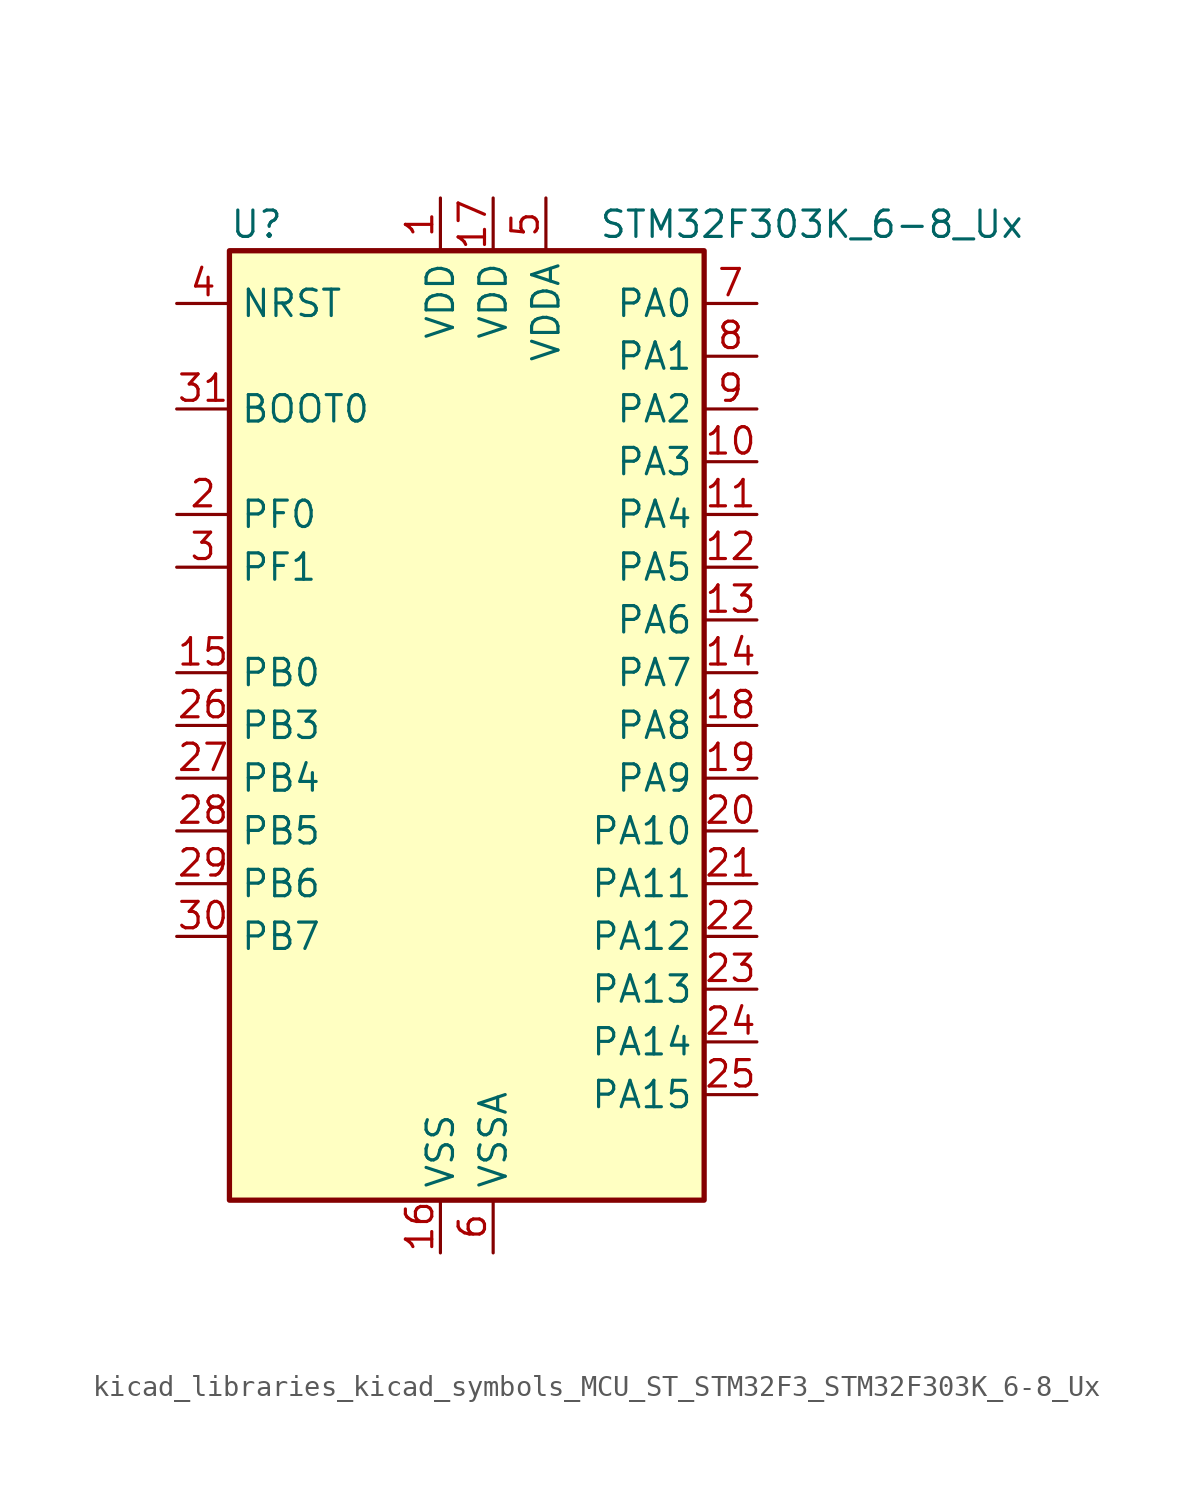
<source format=kicad_sym>
(kicad_symbol_lib
  (version 20220914)
  (generator kicad_symbol_editor)
  (symbol "kicad_libraries_kicad_symbols_MCU_ST_STM32F3_STM32F303K_6-8_Ux"
    (property "Reference" "U"
      (at -10.16 24.13 0)
      (effects (font (size 1.27 1.27)) (justify left)))
    (property "Value" "STM32F303K_6-8_Ux"
      (at 7.62 24.13 0)
      (effects (font (size 1.27 1.27)) (justify left)))
    (property "ki_locked" ""
      (at 0 0 0)
      (effects (font (size 1.27 1.27))))
    (symbol "kicad_libraries_kicad_symbols_MCU_ST_STM32F3_STM32F303K_6-8_Ux_0_1"
      (rectangle (start -10.16 -22.86) (end 12.7 22.86) (stroke (width 0.254) (type default)) (fill (type background))))
    (symbol "kicad_libraries_kicad_symbols_MCU_ST_STM32F3_STM32F303K_6-8_Ux_1_1"
      (pin power_in line (at 0 25.4 270) (length 2.54) (name "VDD" (effects (font (size 1.27 1.27)))) (number "1" (effects (font (size 1.27 1.27)))))
      (pin bidirectional line (at 15.24 12.7 180) (length 2.54) (name "PA3" (effects (font (size 1.27 1.27)))) (number "10" (effects (font (size 1.27 1.27)))) (alternate "ADC1_IN4" bidirectional line) (alternate "TIM15_CH2" bidirectional line) (alternate "TIM2_CH4" bidirectional line) (alternate "TSC_G1_IO4" bidirectional line) (alternate "USART2_RX" bidirectional line))
      (pin bidirectional line (at 15.24 10.16 180) (length 2.54) (name "PA4" (effects (font (size 1.27 1.27)))) (number "11" (effects (font (size 1.27 1.27)))) (alternate "ADC2_IN1" bidirectional line) (alternate "COMP2_INM" bidirectional line) (alternate "COMP4_INM" bidirectional line) (alternate "DAC1_OUT1" bidirectional line) (alternate "SPI1_NSS" bidirectional line) (alternate "TIM3_CH2" bidirectional line) (alternate "TSC_G2_IO1" bidirectional line) (alternate "USART2_CK" bidirectional line))
      (pin bidirectional line (at 15.24 7.62 180) (length 2.54) (name "PA5" (effects (font (size 1.27 1.27)))) (number "12" (effects (font (size 1.27 1.27)))) (alternate "ADC2_IN2" bidirectional line) (alternate "DAC1_OUT2" bidirectional line) (alternate "OPAMP2_VINM" bidirectional line) (alternate "OPAMP2_VINM_SEC" bidirectional line) (alternate "SPI1_SCK" bidirectional line) (alternate "TIM2_CH1" bidirectional line) (alternate "TIM2_ETR" bidirectional line) (alternate "TSC_G2_IO2" bidirectional line))
      (pin bidirectional line (at 15.24 5.08 180) (length 2.54) (name "PA6" (effects (font (size 1.27 1.27)))) (number "13" (effects (font (size 1.27 1.27)))) (alternate "ADC2_IN3" bidirectional line) (alternate "DAC2_OUT1" bidirectional line) (alternate "OPAMP2_VOUT" bidirectional line) (alternate "SPI1_MISO" bidirectional line) (alternate "TIM16_CH1" bidirectional line) (alternate "TIM1_BKIN" bidirectional line) (alternate "TIM3_CH1" bidirectional line) (alternate "TSC_G2_IO3" bidirectional line))
      (pin bidirectional line (at 15.24 2.54 180) (length 2.54) (name "PA7" (effects (font (size 1.27 1.27)))) (number "14" (effects (font (size 1.27 1.27)))) (alternate "ADC2_IN4" bidirectional line) (alternate "COMP2_INP" bidirectional line) (alternate "OPAMP2_VINP" bidirectional line) (alternate "OPAMP2_VINP_SEC" bidirectional line) (alternate "SPI1_MOSI" bidirectional line) (alternate "TIM17_CH1" bidirectional line) (alternate "TIM1_CH1N" bidirectional line) (alternate "TIM3_CH2" bidirectional line) (alternate "TSC_G2_IO4" bidirectional line))
      (pin bidirectional line (at -12.7 2.54 0) (length 2.54) (name "PB0" (effects (font (size 1.27 1.27)))) (number "15" (effects (font (size 1.27 1.27)))) (alternate "ADC1_IN11" bidirectional line) (alternate "COMP4_INP" bidirectional line) (alternate "OPAMP2_VINP" bidirectional line) (alternate "OPAMP2_VINP_SEC" bidirectional line) (alternate "TIM1_CH2N" bidirectional line) (alternate "TIM3_CH3" bidirectional line) (alternate "TSC_G3_IO2" bidirectional line))
      (pin power_in line (at 0 -25.4 90) (length 2.54) (name "VSS" (effects (font (size 1.27 1.27)))) (number "16" (effects (font (size 1.27 1.27)))))
      (pin power_in line (at 2.54 25.4 270) (length 2.54) (name "VDD" (effects (font (size 1.27 1.27)))) (number "17" (effects (font (size 1.27 1.27)))))
      (pin bidirectional line (at 15.24 0 180) (length 2.54) (name "PA8" (effects (font (size 1.27 1.27)))) (number "18" (effects (font (size 1.27 1.27)))) (alternate "RCC_MCO" bidirectional line) (alternate "TIM1_CH1" bidirectional line) (alternate "USART1_CK" bidirectional line))
      (pin bidirectional line (at 15.24 -2.54 180) (length 2.54) (name "PA9" (effects (font (size 1.27 1.27)))) (number "19" (effects (font (size 1.27 1.27)))) (alternate "DAC1_EXTI9" bidirectional line) (alternate "DAC2_EXTI9" bidirectional line) (alternate "TIM15_BKIN" bidirectional line) (alternate "TIM1_CH2" bidirectional line) (alternate "TIM2_CH3" bidirectional line) (alternate "TSC_G4_IO1" bidirectional line) (alternate "USART1_TX" bidirectional line))
      (pin bidirectional line (at -12.7 10.16 0) (length 2.54) (name "PF0" (effects (font (size 1.27 1.27)))) (number "2" (effects (font (size 1.27 1.27)))) (alternate "RCC_OSC_IN" bidirectional line) (alternate "TIM1_CH3N" bidirectional line))
      (pin bidirectional line (at 15.24 -5.08 180) (length 2.54) (name "PA10" (effects (font (size 1.27 1.27)))) (number "20" (effects (font (size 1.27 1.27)))) (alternate "TIM17_BKIN" bidirectional line) (alternate "TIM1_CH3" bidirectional line) (alternate "TIM2_CH4" bidirectional line) (alternate "TSC_G4_IO2" bidirectional line) (alternate "USART1_RX" bidirectional line))
      (pin bidirectional line (at 15.24 -7.62 180) (length 2.54) (name "PA11" (effects (font (size 1.27 1.27)))) (number "21" (effects (font (size 1.27 1.27)))) (alternate "CAN_RX" bidirectional line) (alternate "TIM1_BKIN2" bidirectional line) (alternate "TIM1_CH1N" bidirectional line) (alternate "TIM1_CH4" bidirectional line) (alternate "USART1_CTS" bidirectional line))
      (pin bidirectional line (at 15.24 -10.16 180) (length 2.54) (name "PA12" (effects (font (size 1.27 1.27)))) (number "22" (effects (font (size 1.27 1.27)))) (alternate "CAN_TX" bidirectional line) (alternate "COMP2_OUT" bidirectional line) (alternate "TIM16_CH1" bidirectional line) (alternate "TIM1_CH2N" bidirectional line) (alternate "TIM1_ETR" bidirectional line) (alternate "USART1_DE" bidirectional line) (alternate "USART1_RTS" bidirectional line))
      (pin bidirectional line (at 15.24 -12.7 180) (length 2.54) (name "PA13" (effects (font (size 1.27 1.27)))) (number "23" (effects (font (size 1.27 1.27)))) (alternate "IR_OUT" bidirectional line) (alternate "SYS_JTMS-SWDIO" bidirectional line) (alternate "TIM16_CH1N" bidirectional line) (alternate "TSC_G4_IO3" bidirectional line))
      (pin bidirectional line (at 15.24 -15.24 180) (length 2.54) (name "PA14" (effects (font (size 1.27 1.27)))) (number "24" (effects (font (size 1.27 1.27)))) (alternate "I2C1_SDA" bidirectional line) (alternate "SYS_JTCK-SWCLK" bidirectional line) (alternate "TIM1_BKIN" bidirectional line) (alternate "TSC_G4_IO4" bidirectional line) (alternate "USART2_TX" bidirectional line))
      (pin bidirectional line (at 15.24 -17.78 180) (length 2.54) (name "PA15" (effects (font (size 1.27 1.27)))) (number "25" (effects (font (size 1.27 1.27)))) (alternate "I2C1_SCL" bidirectional line) (alternate "SPI1_NSS" bidirectional line) (alternate "SYS_JTDI" bidirectional line) (alternate "TIM1_BKIN" bidirectional line) (alternate "TIM2_CH1" bidirectional line) (alternate "TIM2_ETR" bidirectional line) (alternate "TSC_SYNC" bidirectional line) (alternate "USART2_RX" bidirectional line))
      (pin bidirectional line (at -12.7 0 0) (length 2.54) (name "PB3" (effects (font (size 1.27 1.27)))) (number "26" (effects (font (size 1.27 1.27)))) (alternate "SPI1_SCK" bidirectional line) (alternate "SYS_JTDO-TRACESWO" bidirectional line) (alternate "TIM2_CH2" bidirectional line) (alternate "TIM3_ETR" bidirectional line) (alternate "TSC_G5_IO1" bidirectional line) (alternate "USART2_TX" bidirectional line))
      (pin bidirectional line (at -12.7 -2.54 0) (length 2.54) (name "PB4" (effects (font (size 1.27 1.27)))) (number "27" (effects (font (size 1.27 1.27)))) (alternate "SPI1_MISO" bidirectional line) (alternate "SYS_NJTRST" bidirectional line) (alternate "TIM16_CH1" bidirectional line) (alternate "TIM17_BKIN" bidirectional line) (alternate "TIM3_CH1" bidirectional line) (alternate "TSC_G5_IO2" bidirectional line) (alternate "USART2_RX" bidirectional line))
      (pin bidirectional line (at -12.7 -5.08 0) (length 2.54) (name "PB5" (effects (font (size 1.27 1.27)))) (number "28" (effects (font (size 1.27 1.27)))) (alternate "I2C1_SMBA" bidirectional line) (alternate "SPI1_MOSI" bidirectional line) (alternate "TIM16_BKIN" bidirectional line) (alternate "TIM17_CH1" bidirectional line) (alternate "TIM3_CH2" bidirectional line) (alternate "USART2_CK" bidirectional line))
      (pin bidirectional line (at -12.7 -7.62 0) (length 2.54) (name "PB6" (effects (font (size 1.27 1.27)))) (number "29" (effects (font (size 1.27 1.27)))) (alternate "I2C1_SCL" bidirectional line) (alternate "TIM16_CH1N" bidirectional line) (alternate "TSC_G5_IO3" bidirectional line) (alternate "USART1_TX" bidirectional line))
      (pin bidirectional line (at -12.7 7.62 0) (length 2.54) (name "PF1" (effects (font (size 1.27 1.27)))) (number "3" (effects (font (size 1.27 1.27)))) (alternate "RCC_OSC_OUT" bidirectional line))
      (pin bidirectional line (at -12.7 -10.16 0) (length 2.54) (name "PB7" (effects (font (size 1.27 1.27)))) (number "30" (effects (font (size 1.27 1.27)))) (alternate "I2C1_SDA" bidirectional line) (alternate "TIM17_CH1N" bidirectional line) (alternate "TIM3_CH4" bidirectional line) (alternate "TSC_G5_IO4" bidirectional line) (alternate "USART1_RX" bidirectional line))
      (pin input line (at -12.7 15.24 0) (length 2.54) (name "BOOT0" (effects (font (size 1.27 1.27)))) (number "31" (effects (font (size 1.27 1.27)))))
      (pin passive line (at 0 -25.4 90) (length 2.54) hide (name "VSS" (effects (font (size 1.27 1.27)))) (number "32" (effects (font (size 1.27 1.27)))))
      (pin passive line (at 0 -25.4 90) (length 2.54) hide (name "VSS" (effects (font (size 1.27 1.27)))) (number "33" (effects (font (size 1.27 1.27)))))
      (pin input line (at -12.7 20.32 0) (length 2.54) (name "NRST" (effects (font (size 1.27 1.27)))) (number "4" (effects (font (size 1.27 1.27)))))
      (pin power_in line (at 5.08 25.4 270) (length 2.54) (name "VDDA" (effects (font (size 1.27 1.27)))) (number "5" (effects (font (size 1.27 1.27)))))
      (pin power_in line (at 2.54 -25.4 90) (length 2.54) (name "VSSA" (effects (font (size 1.27 1.27)))) (number "6" (effects (font (size 1.27 1.27)))))
      (pin bidirectional line (at 15.24 20.32 180) (length 2.54) (name "PA0" (effects (font (size 1.27 1.27)))) (number "7" (effects (font (size 1.27 1.27)))) (alternate "ADC1_IN1" bidirectional line) (alternate "RTC_TAMP2" bidirectional line) (alternate "SYS_WKUP1" bidirectional line) (alternate "TIM2_CH1" bidirectional line) (alternate "TIM2_ETR" bidirectional line) (alternate "TSC_G1_IO1" bidirectional line) (alternate "USART2_CTS" bidirectional line))
      (pin bidirectional line (at 15.24 17.78 180) (length 2.54) (name "PA1" (effects (font (size 1.27 1.27)))) (number "8" (effects (font (size 1.27 1.27)))) (alternate "ADC1_IN2" bidirectional line) (alternate "RTC_REFIN" bidirectional line) (alternate "TIM15_CH1N" bidirectional line) (alternate "TIM2_CH2" bidirectional line) (alternate "TSC_G1_IO2" bidirectional line) (alternate "USART2_DE" bidirectional line) (alternate "USART2_RTS" bidirectional line))
      (pin bidirectional line (at 15.24 15.24 180) (length 2.54) (name "PA2" (effects (font (size 1.27 1.27)))) (number "9" (effects (font (size 1.27 1.27)))) (alternate "ADC1_IN3" bidirectional line) (alternate "COMP2_INM" bidirectional line) (alternate "COMP2_OUT" bidirectional line) (alternate "TIM15_CH1" bidirectional line) (alternate "TIM2_CH3" bidirectional line) (alternate "TSC_G1_IO3" bidirectional line) (alternate "USART2_TX" bidirectional line)))))
</source>
